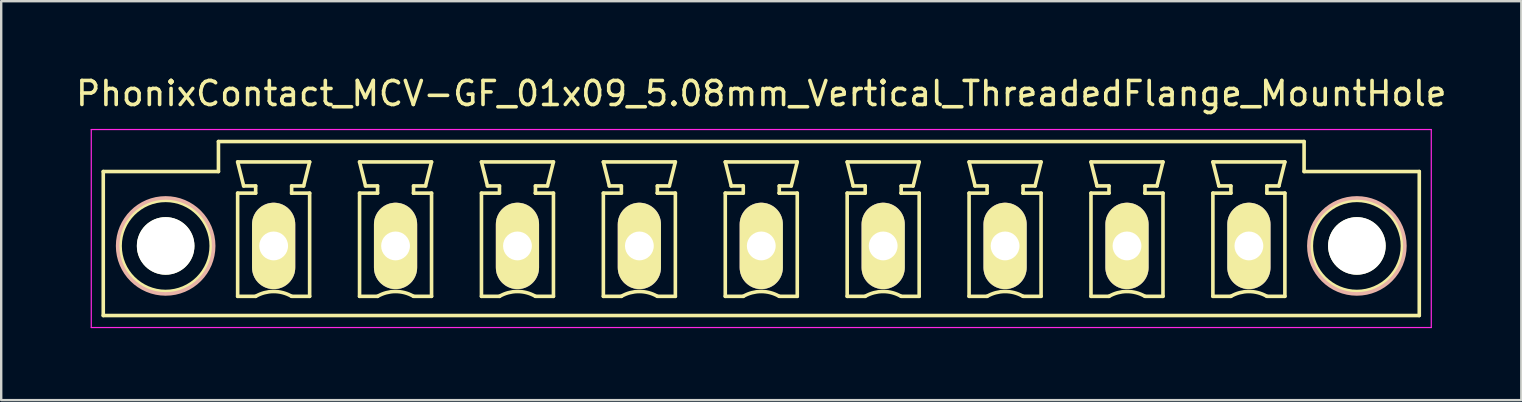
<source format=kicad_pcb>
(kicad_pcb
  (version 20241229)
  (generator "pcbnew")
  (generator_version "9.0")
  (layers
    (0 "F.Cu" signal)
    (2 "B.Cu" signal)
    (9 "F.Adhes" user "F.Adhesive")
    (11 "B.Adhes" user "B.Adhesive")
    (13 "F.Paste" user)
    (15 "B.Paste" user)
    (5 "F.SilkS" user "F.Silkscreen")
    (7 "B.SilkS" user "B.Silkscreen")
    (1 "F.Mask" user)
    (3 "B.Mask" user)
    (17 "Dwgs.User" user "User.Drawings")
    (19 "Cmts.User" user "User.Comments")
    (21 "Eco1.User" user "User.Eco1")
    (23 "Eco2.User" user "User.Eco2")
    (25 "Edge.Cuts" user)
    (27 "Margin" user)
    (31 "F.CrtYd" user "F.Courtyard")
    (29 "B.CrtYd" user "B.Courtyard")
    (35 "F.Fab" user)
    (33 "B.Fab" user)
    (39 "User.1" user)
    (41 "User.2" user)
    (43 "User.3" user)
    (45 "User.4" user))
  (footprint "PhonixContact_MCV-GF_01x09_5.08mm_Vertical_ThreadedFlange_MountHole"
    (layer "F.Cu")
    (at 8.353 7.198)
    (property "Reference" "PhonixContact_MCV-GF_01x09_5.08mm_Vertical_ThreadedFlange_MountHole" (at 20.32 -6.35 0) (layer "F.SilkS") (effects (font (size 1 1) (thickness 0.15))))
    (attr through_hole)
    (fp_line (start -7.1 -3.1) (end -7.1 2.9) (stroke (width 0.15) (type solid)) (layer "F.SilkS"))
    (fp_line (start -7.1 2.9) (end 47.74 2.9) (stroke (width 0.15) (type solid)) (layer "F.SilkS"))
    (fp_line (start -2.3 -4.35) (end -2.3 -3.1) (stroke (width 0.15) (type solid)) (layer "F.SilkS"))
    (fp_line (start -2.3 -3.1) (end -7.1 -3.1) (stroke (width 0.15) (type solid)) (layer "F.SilkS"))
    (fp_line (start -1.5 -3.5) (end 1.5 -3.5) (stroke (width 0.15) (type solid)) (layer "F.SilkS"))
    (fp_line (start -1.5 -2.2) (end -0.75 -2.2) (stroke (width 0.15) (type solid)) (layer "F.SilkS"))
    (fp_line (start -1.5 2.1) (end -1.5 -2.2) (stroke (width 0.15) (type solid)) (layer "F.SilkS"))
    (fp_line (start -1.25 -2.5) (end -1.5 -3.5) (stroke (width 0.15) (type solid)) (layer "F.SilkS"))
    (fp_line (start -0.75 -2.5) (end -1.25 -2.5) (stroke (width 0.15) (type solid)) (layer "F.SilkS"))
    (fp_line (start -0.75 -2.2) (end -0.75 -2.5) (stroke (width 0.15) (type solid)) (layer "F.SilkS"))
    (fp_line (start -0.75 2.1) (end -1.5 2.1) (stroke (width 0.15) (type solid)) (layer "F.SilkS"))
    (fp_line (start 0.75 -2.5) (end 0.75 -2.2) (stroke (width 0.15) (type solid)) (layer "F.SilkS"))
    (fp_line (start 0.75 -2.2) (end 0.75 -2.2) (stroke (width 0.15) (type solid)) (layer "F.SilkS"))
    (fp_line (start 0.75 -2.2) (end 1.5 -2.2) (stroke (width 0.15) (type solid)) (layer "F.SilkS"))
    (fp_line (start 1.25 -2.5) (end 0.75 -2.5) (stroke (width 0.15) (type solid)) (layer "F.SilkS"))
    (fp_line (start 1.5 -3.5) (end 1.25 -2.5) (stroke (width 0.15) (type solid)) (layer "F.SilkS"))
    (fp_line (start 1.5 -2.2) (end 1.5 2.1) (stroke (width 0.15) (type solid)) (layer "F.SilkS"))
    (fp_line (start 1.5 2.1) (end 0.75 2.1) (stroke (width 0.15) (type solid)) (layer "F.SilkS"))
    (fp_line (start 3.58 -3.5) (end 6.58 -3.5) (stroke (width 0.15) (type solid)) (layer "F.SilkS"))
    (fp_line (start 3.58 -2.2) (end 4.33 -2.2) (stroke (width 0.15) (type solid)) (layer "F.SilkS"))
    (fp_line (start 3.58 2.1) (end 3.58 -2.2) (stroke (width 0.15) (type solid)) (layer "F.SilkS"))
    (fp_line (start 3.83 -2.5) (end 3.58 -3.5) (stroke (width 0.15) (type solid)) (layer "F.SilkS"))
    (fp_line (start 4.33 -2.5) (end 3.83 -2.5) (stroke (width 0.15) (type solid)) (layer "F.SilkS"))
    (fp_line (start 4.33 -2.2) (end 4.33 -2.5) (stroke (width 0.15) (type solid)) (layer "F.SilkS"))
    (fp_line (start 4.33 2.1) (end 3.58 2.1) (stroke (width 0.15) (type solid)) (layer "F.SilkS"))
    (fp_line (start 5.83 -2.5) (end 5.83 -2.2) (stroke (width 0.15) (type solid)) (layer "F.SilkS"))
    (fp_line (start 5.83 -2.2) (end 5.83 -2.2) (stroke (width 0.15) (type solid)) (layer "F.SilkS"))
    (fp_line (start 5.83 -2.2) (end 6.58 -2.2) (stroke (width 0.15) (type solid)) (layer "F.SilkS"))
    (fp_line (start 6.33 -2.5) (end 5.83 -2.5) (stroke (width 0.15) (type solid)) (layer "F.SilkS"))
    (fp_line (start 6.58 -3.5) (end 6.33 -2.5) (stroke (width 0.15) (type solid)) (layer "F.SilkS"))
    (fp_line (start 6.58 -2.2) (end 6.58 2.1) (stroke (width 0.15) (type solid)) (layer "F.SilkS"))
    (fp_line (start 6.58 2.1) (end 5.83 2.1) (stroke (width 0.15) (type solid)) (layer "F.SilkS"))
    (fp_line (start 8.66 -3.5) (end 11.66 -3.5) (stroke (width 0.15) (type solid)) (layer "F.SilkS"))
    (fp_line (start 8.66 -2.2) (end 9.41 -2.2) (stroke (width 0.15) (type solid)) (layer "F.SilkS"))
    (fp_line (start 8.66 2.1) (end 8.66 -2.2) (stroke (width 0.15) (type solid)) (layer "F.SilkS"))
    (fp_line (start 8.91 -2.5) (end 8.66 -3.5) (stroke (width 0.15) (type solid)) (layer "F.SilkS"))
    (fp_line (start 9.41 -2.5) (end 8.91 -2.5) (stroke (width 0.15) (type solid)) (layer "F.SilkS"))
    (fp_line (start 9.41 -2.2) (end 9.41 -2.5) (stroke (width 0.15) (type solid)) (layer "F.SilkS"))
    (fp_line (start 9.41 2.1) (end 8.66 2.1) (stroke (width 0.15) (type solid)) (layer "F.SilkS"))
    (fp_line (start 10.91 -2.5) (end 10.91 -2.2) (stroke (width 0.15) (type solid)) (layer "F.SilkS"))
    (fp_line (start 10.91 -2.2) (end 10.91 -2.2) (stroke (width 0.15) (type solid)) (layer "F.SilkS"))
    (fp_line (start 10.91 -2.2) (end 11.66 -2.2) (stroke (width 0.15) (type solid)) (layer "F.SilkS"))
    (fp_line (start 11.41 -2.5) (end 10.91 -2.5) (stroke (width 0.15) (type solid)) (layer "F.SilkS"))
    (fp_line (start 11.66 -3.5) (end 11.41 -2.5) (stroke (width 0.15) (type solid)) (layer "F.SilkS"))
    (fp_line (start 11.66 -2.2) (end 11.66 2.1) (stroke (width 0.15) (type solid)) (layer "F.SilkS"))
    (fp_line (start 11.66 2.1) (end 10.91 2.1) (stroke (width 0.15) (type solid)) (layer "F.SilkS"))
    (fp_line (start 13.74 -3.5) (end 16.74 -3.5) (stroke (width 0.15) (type solid)) (layer "F.SilkS"))
    (fp_line (start 13.74 -2.2) (end 14.49 -2.2) (stroke (width 0.15) (type solid)) (layer "F.SilkS"))
    (fp_line (start 13.74 2.1) (end 13.74 -2.2) (stroke (width 0.15) (type solid)) (layer "F.SilkS"))
    (fp_line (start 13.99 -2.5) (end 13.74 -3.5) (stroke (width 0.15) (type solid)) (layer "F.SilkS"))
    (fp_line (start 14.49 -2.5) (end 13.99 -2.5) (stroke (width 0.15) (type solid)) (layer "F.SilkS"))
    (fp_line (start 14.49 -2.2) (end 14.49 -2.5) (stroke (width 0.15) (type solid)) (layer "F.SilkS"))
    (fp_line (start 14.49 2.1) (end 13.74 2.1) (stroke (width 0.15) (type solid)) (layer "F.SilkS"))
    (fp_line (start 15.99 -2.5) (end 15.99 -2.2) (stroke (width 0.15) (type solid)) (layer "F.SilkS"))
    (fp_line (start 15.99 -2.2) (end 15.99 -2.2) (stroke (width 0.15) (type solid)) (layer "F.SilkS"))
    (fp_line (start 15.99 -2.2) (end 16.74 -2.2) (stroke (width 0.15) (type solid)) (layer "F.SilkS"))
    (fp_line (start 16.49 -2.5) (end 15.99 -2.5) (stroke (width 0.15) (type solid)) (layer "F.SilkS"))
    (fp_line (start 16.74 -3.5) (end 16.49 -2.5) (stroke (width 0.15) (type solid)) (layer "F.SilkS"))
    (fp_line (start 16.74 -2.2) (end 16.74 2.1) (stroke (width 0.15) (type solid)) (layer "F.SilkS"))
    (fp_line (start 16.74 2.1) (end 15.99 2.1) (stroke (width 0.15) (type solid)) (layer "F.SilkS"))
    (fp_line (start 18.82 -3.5) (end 21.82 -3.5) (stroke (width 0.15) (type solid)) (layer "F.SilkS"))
    (fp_line (start 18.82 -2.2) (end 19.57 -2.2) (stroke (width 0.15) (type solid)) (layer "F.SilkS"))
    (fp_line (start 18.82 2.1) (end 18.82 -2.2) (stroke (width 0.15) (type solid)) (layer "F.SilkS"))
    (fp_line (start 19.07 -2.5) (end 18.82 -3.5) (stroke (width 0.15) (type solid)) (layer "F.SilkS"))
    (fp_line (start 19.57 -2.5) (end 19.07 -2.5) (stroke (width 0.15) (type solid)) (layer "F.SilkS"))
    (fp_line (start 19.57 -2.2) (end 19.57 -2.5) (stroke (width 0.15) (type solid)) (layer "F.SilkS"))
    (fp_line (start 19.57 2.1) (end 18.82 2.1) (stroke (width 0.15) (type solid)) (layer "F.SilkS"))
    (fp_line (start 21.07 -2.5) (end 21.07 -2.2) (stroke (width 0.15) (type solid)) (layer "F.SilkS"))
    (fp_line (start 21.07 -2.2) (end 21.07 -2.2) (stroke (width 0.15) (type solid)) (layer "F.SilkS"))
    (fp_line (start 21.07 -2.2) (end 21.82 -2.2) (stroke (width 0.15) (type solid)) (layer "F.SilkS"))
    (fp_line (start 21.57 -2.5) (end 21.07 -2.5) (stroke (width 0.15) (type solid)) (layer "F.SilkS"))
    (fp_line (start 21.82 -3.5) (end 21.57 -2.5) (stroke (width 0.15) (type solid)) (layer "F.SilkS"))
    (fp_line (start 21.82 -2.2) (end 21.82 2.1) (stroke (width 0.15) (type solid)) (layer "F.SilkS"))
    (fp_line (start 21.82 2.1) (end 21.07 2.1) (stroke (width 0.15) (type solid)) (layer "F.SilkS"))
    (fp_line (start 23.9 -3.5) (end 26.9 -3.5) (stroke (width 0.15) (type solid)) (layer "F.SilkS"))
    (fp_line (start 23.9 -2.2) (end 24.65 -2.2) (stroke (width 0.15) (type solid)) (layer "F.SilkS"))
    (fp_line (start 23.9 2.1) (end 23.9 -2.2) (stroke (width 0.15) (type solid)) (layer "F.SilkS"))
    (fp_line (start 24.15 -2.5) (end 23.9 -3.5) (stroke (width 0.15) (type solid)) (layer "F.SilkS"))
    (fp_line (start 24.65 -2.5) (end 24.15 -2.5) (stroke (width 0.15) (type solid)) (layer "F.SilkS"))
    (fp_line (start 24.65 -2.2) (end 24.65 -2.5) (stroke (width 0.15) (type solid)) (layer "F.SilkS"))
    (fp_line (start 24.65 2.1) (end 23.9 2.1) (stroke (width 0.15) (type solid)) (layer "F.SilkS"))
    (fp_line (start 26.15 -2.5) (end 26.15 -2.2) (stroke (width 0.15) (type solid)) (layer "F.SilkS"))
    (fp_line (start 26.15 -2.2) (end 26.15 -2.2) (stroke (width 0.15) (type solid)) (layer "F.SilkS"))
    (fp_line (start 26.15 -2.2) (end 26.9 -2.2) (stroke (width 0.15) (type solid)) (layer "F.SilkS"))
    (fp_line (start 26.65 -2.5) (end 26.15 -2.5) (stroke (width 0.15) (type solid)) (layer "F.SilkS"))
    (fp_line (start 26.9 -3.5) (end 26.65 -2.5) (stroke (width 0.15) (type solid)) (layer "F.SilkS"))
    (fp_line (start 26.9 -2.2) (end 26.9 2.1) (stroke (width 0.15) (type solid)) (layer "F.SilkS"))
    (fp_line (start 26.9 2.1) (end 26.15 2.1) (stroke (width 0.15) (type solid)) (layer "F.SilkS"))
    (fp_line (start 28.98 -3.5) (end 31.98 -3.5) (stroke (width 0.15) (type solid)) (layer "F.SilkS"))
    (fp_line (start 28.98 -2.2) (end 29.73 -2.2) (stroke (width 0.15) (type solid)) (layer "F.SilkS"))
    (fp_line (start 28.98 2.1) (end 28.98 -2.2) (stroke (width 0.15) (type solid)) (layer "F.SilkS"))
    (fp_line (start 29.23 -2.5) (end 28.98 -3.5) (stroke (width 0.15) (type solid)) (layer "F.SilkS"))
    (fp_line (start 29.73 -2.5) (end 29.23 -2.5) (stroke (width 0.15) (type solid)) (layer "F.SilkS"))
    (fp_line (start 29.73 -2.2) (end 29.73 -2.5) (stroke (width 0.15) (type solid)) (layer "F.SilkS"))
    (fp_line (start 29.73 2.1) (end 28.98 2.1) (stroke (width 0.15) (type solid)) (layer "F.SilkS"))
    (fp_line (start 31.23 -2.5) (end 31.23 -2.2) (stroke (width 0.15) (type solid)) (layer "F.SilkS"))
    (fp_line (start 31.23 -2.2) (end 31.23 -2.2) (stroke (width 0.15) (type solid)) (layer "F.SilkS"))
    (fp_line (start 31.23 -2.2) (end 31.98 -2.2) (stroke (width 0.15) (type solid)) (layer "F.SilkS"))
    (fp_line (start 31.73 -2.5) (end 31.23 -2.5) (stroke (width 0.15) (type solid)) (layer "F.SilkS"))
    (fp_line (start 31.98 -3.5) (end 31.73 -2.5) (stroke (width 0.15) (type solid)) (layer "F.SilkS"))
    (fp_line (start 31.98 -2.2) (end 31.98 2.1) (stroke (width 0.15) (type solid)) (layer "F.SilkS"))
    (fp_line (start 31.98 2.1) (end 31.23 2.1) (stroke (width 0.15) (type solid)) (layer "F.SilkS"))
    (fp_line (start 34.06 -3.5) (end 37.06 -3.5) (stroke (width 0.15) (type solid)) (layer "F.SilkS"))
    (fp_line (start 34.06 -2.2) (end 34.81 -2.2) (stroke (width 0.15) (type solid)) (layer "F.SilkS"))
    (fp_line (start 34.06 2.1) (end 34.06 -2.2) (stroke (width 0.15) (type solid)) (layer "F.SilkS"))
    (fp_line (start 34.31 -2.5) (end 34.06 -3.5) (stroke (width 0.15) (type solid)) (layer "F.SilkS"))
    (fp_line (start 34.81 -2.5) (end 34.31 -2.5) (stroke (width 0.15) (type solid)) (layer "F.SilkS"))
    (fp_line (start 34.81 -2.2) (end 34.81 -2.5) (stroke (width 0.15) (type solid)) (layer "F.SilkS"))
    (fp_line (start 34.81 2.1) (end 34.06 2.1) (stroke (width 0.15) (type solid)) (layer "F.SilkS"))
    (fp_line (start 36.31 -2.5) (end 36.31 -2.2) (stroke (width 0.15) (type solid)) (layer "F.SilkS"))
    (fp_line (start 36.31 -2.2) (end 36.31 -2.2) (stroke (width 0.15) (type solid)) (layer "F.SilkS"))
    (fp_line (start 36.31 -2.2) (end 37.06 -2.2) (stroke (width 0.15) (type solid)) (layer "F.SilkS"))
    (fp_line (start 36.81 -2.5) (end 36.31 -2.5) (stroke (width 0.15) (type solid)) (layer "F.SilkS"))
    (fp_line (start 37.06 -3.5) (end 36.81 -2.5) (stroke (width 0.15) (type solid)) (layer "F.SilkS"))
    (fp_line (start 37.06 -2.2) (end 37.06 2.1) (stroke (width 0.15) (type solid)) (layer "F.SilkS"))
    (fp_line (start 37.06 2.1) (end 36.31 2.1) (stroke (width 0.15) (type solid)) (layer "F.SilkS"))
    (fp_line (start 39.14 -3.5) (end 42.14 -3.5) (stroke (width 0.15) (type solid)) (layer "F.SilkS"))
    (fp_line (start 39.14 -2.2) (end 39.89 -2.2) (stroke (width 0.15) (type solid)) (layer "F.SilkS"))
    (fp_line (start 39.14 2.1) (end 39.14 -2.2) (stroke (width 0.15) (type solid)) (layer "F.SilkS"))
    (fp_line (start 39.39 -2.5) (end 39.14 -3.5) (stroke (width 0.15) (type solid)) (layer "F.SilkS"))
    (fp_line (start 39.89 -2.5) (end 39.39 -2.5) (stroke (width 0.15) (type solid)) (layer "F.SilkS"))
    (fp_line (start 39.89 -2.2) (end 39.89 -2.5) (stroke (width 0.15) (type solid)) (layer "F.SilkS"))
    (fp_line (start 39.89 2.1) (end 39.14 2.1) (stroke (width 0.15) (type solid)) (layer "F.SilkS"))
    (fp_line (start 41.39 -2.5) (end 41.39 -2.2) (stroke (width 0.15) (type solid)) (layer "F.SilkS"))
    (fp_line (start 41.39 -2.2) (end 41.39 -2.2) (stroke (width 0.15) (type solid)) (layer "F.SilkS"))
    (fp_line (start 41.39 -2.2) (end 42.14 -2.2) (stroke (width 0.15) (type solid)) (layer "F.SilkS"))
    (fp_line (start 41.89 -2.5) (end 41.39 -2.5) (stroke (width 0.15) (type solid)) (layer "F.SilkS"))
    (fp_line (start 42.14 -3.5) (end 41.89 -2.5) (stroke (width 0.15) (type solid)) (layer "F.SilkS"))
    (fp_line (start 42.14 -2.2) (end 42.14 2.1) (stroke (width 0.15) (type solid)) (layer "F.SilkS"))
    (fp_line (start 42.14 2.1) (end 41.39 2.1) (stroke (width 0.15) (type solid)) (layer "F.SilkS"))
    (fp_line (start 42.94 -4.35) (end -2.3 -4.35) (stroke (width 0.15) (type solid)) (layer "F.SilkS"))
    (fp_line (start 42.94 -3.1) (end 42.94 -4.35) (stroke (width 0.15) (type solid)) (layer "F.SilkS"))
    (fp_line (start 47.74 -3.1) (end 42.94 -3.1) (stroke (width 0.15) (type solid)) (layer "F.SilkS"))
    (fp_line (start 47.74 2.9) (end 47.74 -3.1) (stroke (width 0.15) (type solid)) (layer "F.SilkS"))
    (fp_arc (start -0.75 2.1) (mid -0.006068 1.899179) (end 0.739464 2.093978) (stroke (width 0.15) (type solid)) (layer "F.SilkS"))
    (fp_arc (start 4.33 2.1) (mid 5.073932 1.899179) (end 5.819464 2.093978) (stroke (width 0.15) (type solid)) (layer "F.SilkS"))
    (fp_arc (start 9.41 2.1) (mid 10.153932 1.899179) (end 10.899464 2.093978) (stroke (width 0.15) (type solid)) (layer "F.SilkS"))
    (fp_arc (start 14.49 2.1) (mid 15.233932 1.899179) (end 15.979464 2.093978) (stroke (width 0.15) (type solid)) (layer "F.SilkS"))
    (fp_arc (start 19.57 2.1) (mid 20.313932 1.899179) (end 21.059464 2.093978) (stroke (width 0.15) (type solid)) (layer "F.SilkS"))
    (fp_arc (start 24.65 2.1) (mid 25.393932 1.899179) (end 26.139464 2.093978) (stroke (width 0.15) (type solid)) (layer "F.SilkS"))
    (fp_arc (start 29.73 2.1) (mid 30.473932 1.899179) (end 31.219464 2.093978) (stroke (width 0.15) (type solid)) (layer "F.SilkS"))
    (fp_arc (start 34.81 2.1) (mid 35.553932 1.899179) (end 36.299464 2.093978) (stroke (width 0.15) (type solid)) (layer "F.SilkS"))
    (fp_arc (start 39.89 2.1) (mid 40.633932 1.899179) (end 41.379464 2.093978) (stroke (width 0.15) (type solid)) (layer "F.SilkS"))
    (fp_circle (center -4.5 0) (end -2.6 0) (stroke (width 0.15) (type solid)) (fill no) (layer "F.SilkS"))
    (fp_circle (center 45.14 0) (end 47.04 0) (stroke (width 0.15) (type solid)) (fill no) (layer "F.SilkS"))
    (fp_circle (center -4.5 0) (end -2.5 0) (stroke (width 0.15) (type solid)) (fill no) (layer "B.SilkS"))
    (fp_circle (center 45.14 0) (end 47.14 0) (stroke (width 0.15) (type solid)) (fill no) (layer "B.SilkS"))
    (fp_line (start -7.6 -4.85) (end -7.6 3.4) (stroke (width 0.05) (type solid)) (layer "F.CrtYd"))
    (fp_line (start -7.6 3.4) (end 48.24 3.4) (stroke (width 0.05) (type solid)) (layer "F.CrtYd"))
    (fp_line (start 48.24 -4.85) (end -7.6 -4.85) (stroke (width 0.05) (type solid)) (layer "F.CrtYd"))
    (fp_line (start 48.24 3.4) (end 48.24 -4.85) (stroke (width 0.05) (type solid)) (layer "F.CrtYd"))
    (pad "" np_thru_hole circle (at -4.5 0) (size 2.4 2.4) (drill 2.4) (layers "*.Cu" "*.Mask" "F.SilkS"))
    (pad "" np_thru_hole circle (at 45.14 0) (size 2.4 2.4) (drill 2.4) (layers "*.Cu" "*.Mask" "F.SilkS"))
    (pad "1" thru_hole oval (at 0 0) (size 1.8 3.6) (drill 1.2) (layers "*.Cu" "*.Mask" "F.SilkS"))
    (pad "2" thru_hole oval (at 5.08 0) (size 1.8 3.6) (drill 1.2) (layers "*.Cu" "*.Mask" "F.SilkS"))
    (pad "3" thru_hole oval (at 10.16 0) (size 1.8 3.6) (drill 1.2) (layers "*.Cu" "*.Mask" "F.SilkS"))
    (pad "4" thru_hole oval (at 15.24 0) (size 1.8 3.6) (drill 1.2) (layers "*.Cu" "*.Mask" "F.SilkS"))
    (pad "5" thru_hole oval (at 20.32 0) (size 1.8 3.6) (drill 1.2) (layers "*.Cu" "*.Mask" "F.SilkS"))
    (pad "6" thru_hole oval (at 25.4 0) (size 1.8 3.6) (drill 1.2) (layers "*.Cu" "*.Mask" "F.SilkS"))
    (pad "7" thru_hole oval (at 30.48 0) (size 1.8 3.6) (drill 1.2) (layers "*.Cu" "*.Mask" "F.SilkS"))
    (pad "8" thru_hole oval (at 35.56 0) (size 1.8 3.6) (drill 1.2) (layers "*.Cu" "*.Mask" "F.SilkS"))
    (pad "9" thru_hole oval (at 40.64 0) (size 1.8 3.6) (drill 1.2) (layers "*.Cu" "*.Mask" "F.SilkS")))
  (gr_rect
    (start -3 -3)
    (end 60.345 13.623)
    (stroke (width 0.1) (type default))
    (fill no)
    (layer "Edge.Cuts")))
</source>
